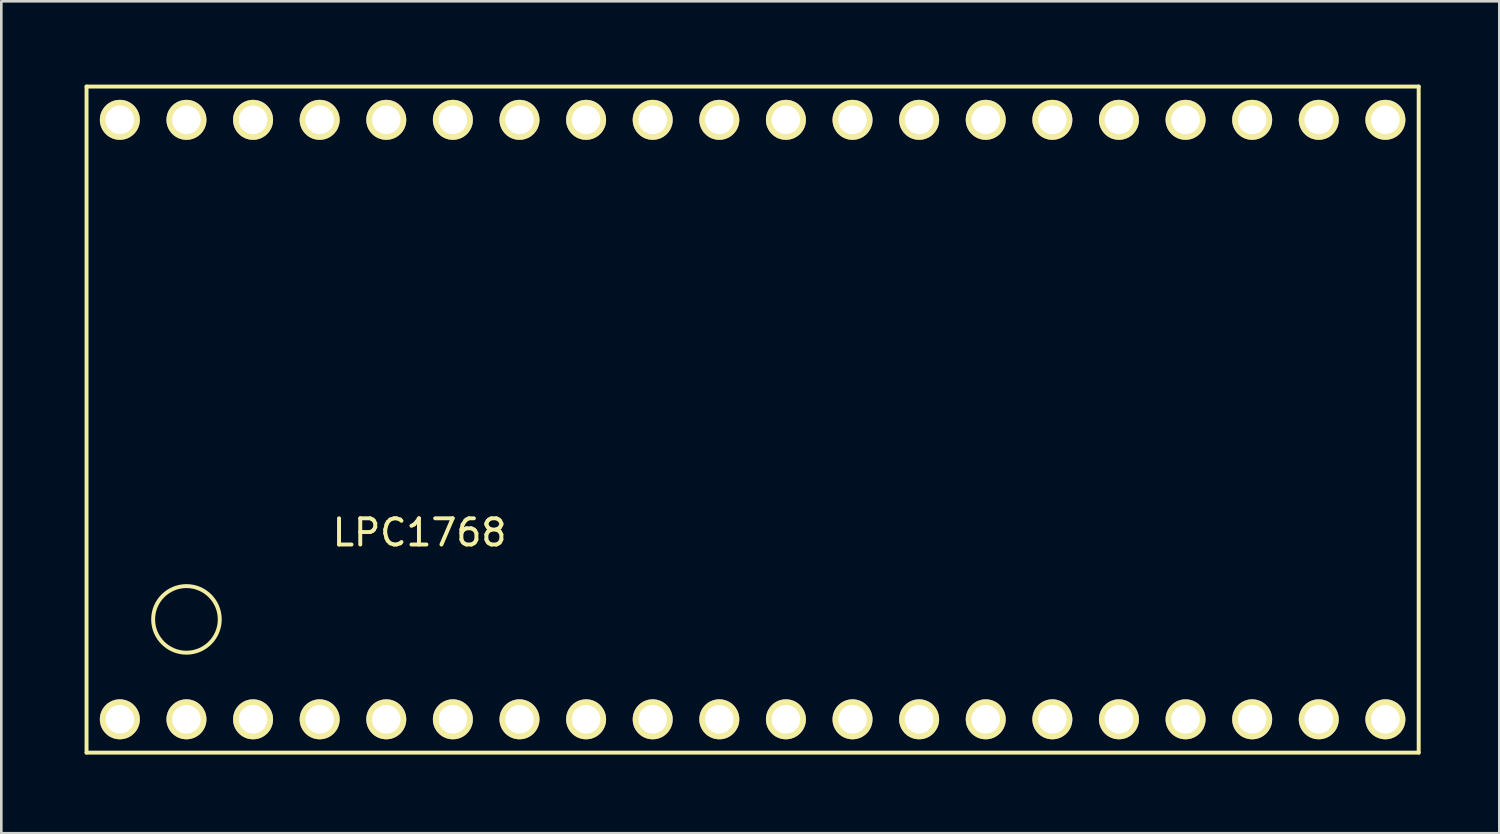
<source format=kicad_pcb>
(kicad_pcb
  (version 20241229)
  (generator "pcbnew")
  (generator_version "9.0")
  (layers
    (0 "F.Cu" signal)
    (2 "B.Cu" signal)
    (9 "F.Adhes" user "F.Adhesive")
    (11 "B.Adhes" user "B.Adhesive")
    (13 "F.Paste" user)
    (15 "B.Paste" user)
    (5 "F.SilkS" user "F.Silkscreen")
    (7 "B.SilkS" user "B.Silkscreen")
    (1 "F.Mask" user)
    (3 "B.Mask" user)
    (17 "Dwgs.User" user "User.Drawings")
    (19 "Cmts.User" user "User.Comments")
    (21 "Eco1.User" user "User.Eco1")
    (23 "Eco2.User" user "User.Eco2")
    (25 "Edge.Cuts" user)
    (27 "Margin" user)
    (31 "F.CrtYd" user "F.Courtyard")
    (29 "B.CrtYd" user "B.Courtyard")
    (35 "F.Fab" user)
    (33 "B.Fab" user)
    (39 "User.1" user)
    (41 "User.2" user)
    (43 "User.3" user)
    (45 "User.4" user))
  (footprint "LPC1768"
    (layer "F.Cu")
    (at 0.25 0.25)
    (property "Reference" "LPC1768" (at 12.7 17.01 0) (layer "F.SilkS") (effects (font (size 1 1) (thickness 0.15))))
    (attr through_hole)
    (fp_line (start 0 0) (end 0 25.4) (stroke (width 0.15) (type solid)) (layer "F.SilkS"))
    (fp_line (start 0 25.4) (end 50.8 25.4) (stroke (width 0.15) (type solid)) (layer "F.SilkS"))
    (fp_line (start 50.8 0) (end 0 0) (stroke (width 0.15) (type solid)) (layer "F.SilkS"))
    (fp_line (start 50.8 25.4) (end 50.8 0) (stroke (width 0.15) (type solid)) (layer "F.SilkS"))
    (fp_circle (center 3.81 20.32) (end 5.08 20.32) (stroke (width 0.15) (type solid)) (fill no) (layer "F.SilkS"))
    (pad "1" thru_hole circle (at 1.27 24.13) (size 1.524 1.524) (drill 1.09) (layers "*.Cu" "*.Mask" "F.SilkS"))
    (pad "2" thru_hole circle (at 3.81 24.13) (size 1.524 1.524) (drill 1.09) (layers "*.Cu" "*.Mask" "F.SilkS"))
    (pad "3" thru_hole circle (at 6.35 24.13) (size 1.524 1.524) (drill 1.09) (layers "*.Cu" "*.Mask" "F.SilkS"))
    (pad "4" thru_hole circle (at 8.89 24.13) (size 1.524 1.524) (drill 1.09) (layers "*.Cu" "*.Mask" "F.SilkS"))
    (pad "5" thru_hole circle (at 11.43 24.13) (size 1.524 1.524) (drill 1.09) (layers "*.Cu" "*.Mask" "F.SilkS"))
    (pad "6" thru_hole circle (at 13.97 24.13) (size 1.524 1.524) (drill 1.09) (layers "*.Cu" "*.Mask" "F.SilkS"))
    (pad "7" thru_hole circle (at 16.51 24.13) (size 1.524 1.524) (drill 1.09) (layers "*.Cu" "*.Mask" "F.SilkS"))
    (pad "8" thru_hole circle (at 19.05 24.13) (size 1.524 1.524) (drill 1.09) (layers "*.Cu" "*.Mask" "F.SilkS"))
    (pad "9" thru_hole circle (at 21.59 24.13) (size 1.524 1.524) (drill 1.09) (layers "*.Cu" "*.Mask" "F.SilkS"))
    (pad "10" thru_hole circle (at 24.13 24.13) (size 1.524 1.524) (drill 1.09) (layers "*.Cu" "*.Mask" "F.SilkS"))
    (pad "11" thru_hole circle (at 26.67 24.13) (size 1.524 1.524) (drill 1.09) (layers "*.Cu" "*.Mask" "F.SilkS"))
    (pad "12" thru_hole circle (at 29.21 24.13) (size 1.524 1.524) (drill 1.09) (layers "*.Cu" "*.Mask" "F.SilkS"))
    (pad "13" thru_hole circle (at 31.75 24.13) (size 1.524 1.524) (drill 1.09) (layers "*.Cu" "*.Mask" "F.SilkS"))
    (pad "14" thru_hole circle (at 34.29 24.13) (size 1.524 1.524) (drill 1.09) (layers "*.Cu" "*.Mask" "F.SilkS"))
    (pad "15" thru_hole circle (at 36.83 24.13) (size 1.524 1.524) (drill 1.09) (layers "*.Cu" "*.Mask" "F.SilkS"))
    (pad "16" thru_hole circle (at 39.37 24.13) (size 1.524 1.524) (drill 1.09) (layers "*.Cu" "*.Mask" "F.SilkS"))
    (pad "17" thru_hole circle (at 41.91 24.13) (size 1.524 1.524) (drill 1.09) (layers "*.Cu" "*.Mask" "F.SilkS"))
    (pad "18" thru_hole circle (at 44.45 24.13) (size 1.524 1.524) (drill 1.09) (layers "*.Cu" "*.Mask" "F.SilkS"))
    (pad "19" thru_hole circle (at 46.99 24.13) (size 1.524 1.524) (drill 1.09) (layers "*.Cu" "*.Mask" "F.SilkS"))
    (pad "20" thru_hole circle (at 49.53 24.13) (size 1.524 1.524) (drill 1.09) (layers "*.Cu" "*.Mask" "F.SilkS"))
    (pad "21" thru_hole circle (at 49.53 1.27) (size 1.524 1.524) (drill 1.09) (layers "*.Cu" "*.Mask" "F.SilkS"))
    (pad "22" thru_hole circle (at 46.99 1.27) (size 1.524 1.524) (drill 1.09) (layers "*.Cu" "*.Mask" "F.SilkS"))
    (pad "23" thru_hole circle (at 44.45 1.27) (size 1.524 1.524) (drill 1.09) (layers "*.Cu" "*.Mask" "F.SilkS"))
    (pad "24" thru_hole circle (at 41.91 1.27) (size 1.524 1.524) (drill 1.09) (layers "*.Cu" "*.Mask" "F.SilkS"))
    (pad "25" thru_hole circle (at 39.37 1.27) (size 1.524 1.524) (drill 1.09) (layers "*.Cu" "*.Mask" "F.SilkS"))
    (pad "26" thru_hole circle (at 36.83 1.27) (size 1.524 1.524) (drill 1.09) (layers "*.Cu" "*.Mask" "F.SilkS"))
    (pad "27" thru_hole circle (at 34.29 1.27) (size 1.524 1.524) (drill 1.09) (layers "*.Cu" "*.Mask" "F.SilkS"))
    (pad "28" thru_hole circle (at 31.75 1.27) (size 1.524 1.524) (drill 1.09) (layers "*.Cu" "*.Mask" "F.SilkS"))
    (pad "29" thru_hole circle (at 29.21 1.27) (size 1.524 1.524) (drill 1.09) (layers "*.Cu" "*.Mask" "F.SilkS"))
    (pad "30" thru_hole circle (at 26.67 1.27) (size 1.524 1.524) (drill 1.09) (layers "*.Cu" "*.Mask" "F.SilkS"))
    (pad "31" thru_hole circle (at 24.13 1.27) (size 1.524 1.524) (drill 1.09) (layers "*.Cu" "*.Mask" "F.SilkS"))
    (pad "32" thru_hole circle (at 21.59 1.27) (size 1.524 1.524) (drill 1.09) (layers "*.Cu" "*.Mask" "F.SilkS"))
    (pad "33" thru_hole circle (at 19.05 1.27) (size 1.524 1.524) (drill 1.09) (layers "*.Cu" "*.Mask" "F.SilkS"))
    (pad "34" thru_hole circle (at 16.51 1.27) (size 1.524 1.524) (drill 1.09) (layers "*.Cu" "*.Mask" "F.SilkS"))
    (pad "35" thru_hole circle (at 13.97 1.27) (size 1.524 1.524) (drill 1.09) (layers "*.Cu" "*.Mask" "F.SilkS"))
    (pad "36" thru_hole circle (at 11.43 1.27) (size 1.524 1.524) (drill 1.09) (layers "*.Cu" "*.Mask" "F.SilkS"))
    (pad "37" thru_hole circle (at 8.89 1.27) (size 1.524 1.524) (drill 1.09) (layers "*.Cu" "*.Mask" "F.SilkS"))
    (pad "38" thru_hole circle (at 6.35 1.27) (size 1.524 1.524) (drill 1.09) (layers "*.Cu" "*.Mask" "F.SilkS"))
    (pad "39" thru_hole circle (at 3.81 1.27) (size 1.524 1.524) (drill 1.09) (layers "*.Cu" "*.Mask" "F.SilkS"))
    (pad "40" thru_hole circle (at 1.27 1.27) (size 1.524 1.524) (drill 1.09) (layers "*.Cu" "*.Mask" "F.SilkS")))
  (gr_rect
    (start -3 -3)
    (end 54.125 28.725)
    (stroke (width 0.1) (type default))
    (fill no)
    (layer "Edge.Cuts")))
</source>
